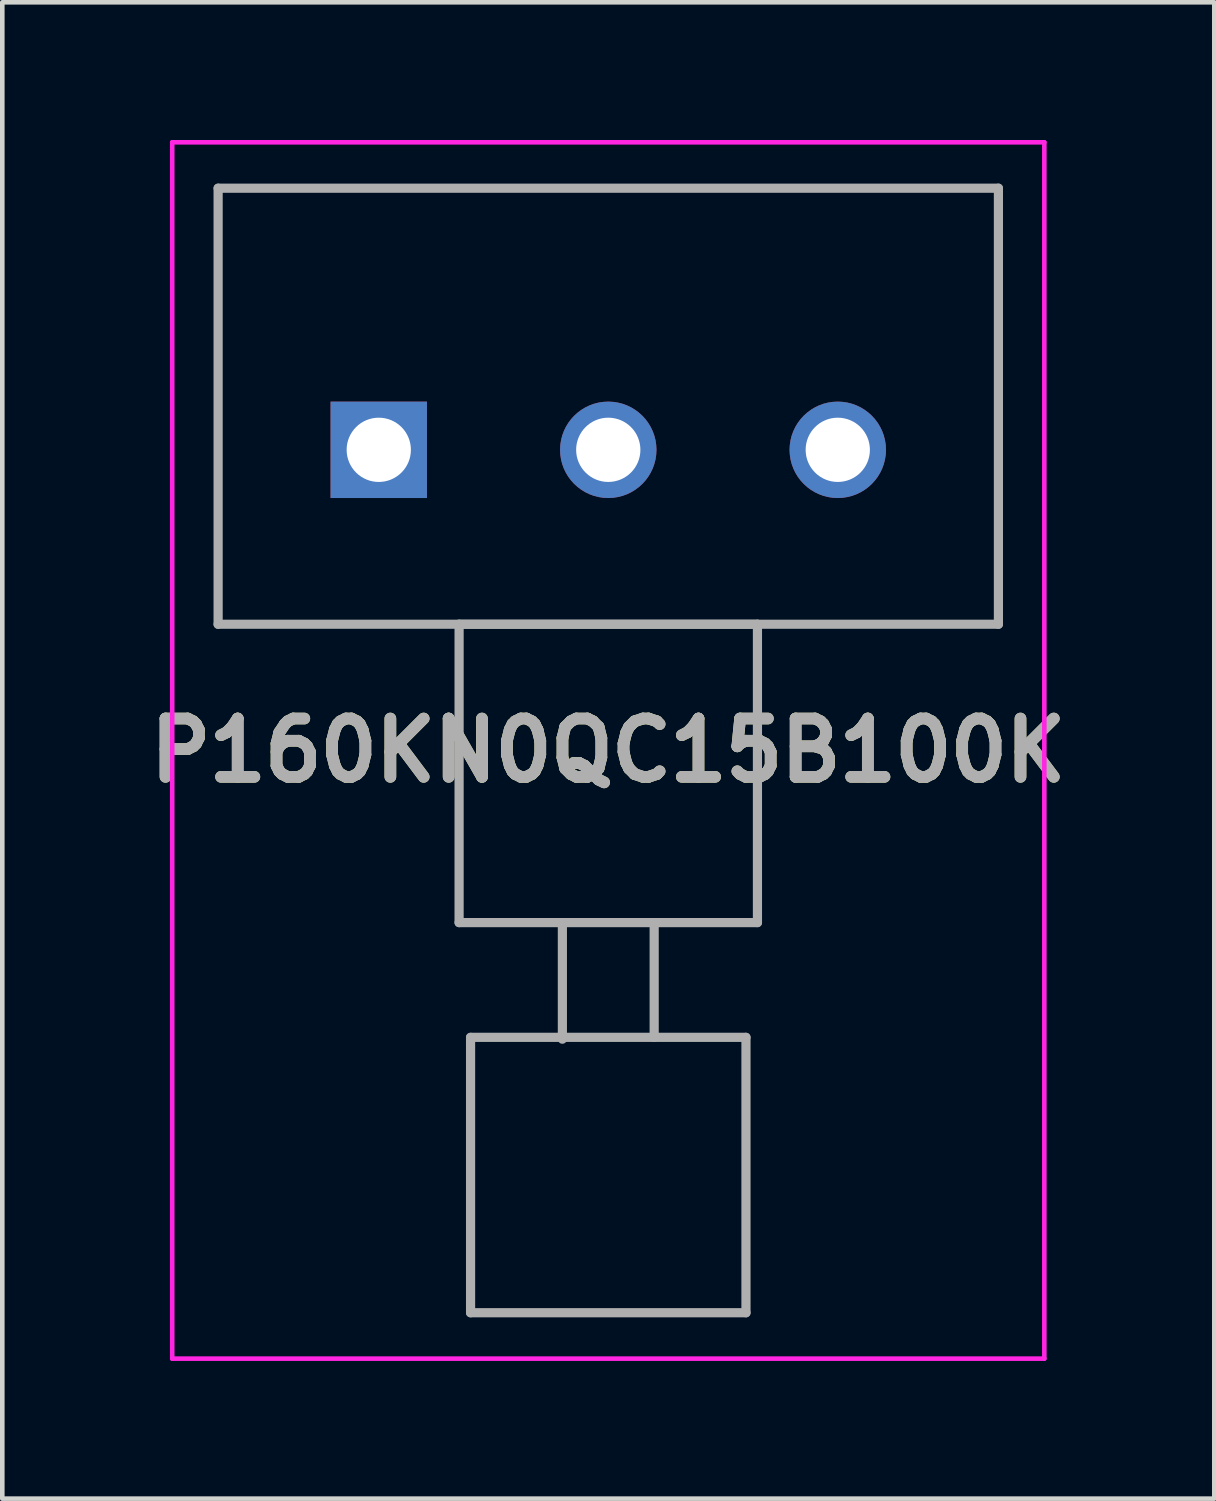
<source format=kicad_pcb>
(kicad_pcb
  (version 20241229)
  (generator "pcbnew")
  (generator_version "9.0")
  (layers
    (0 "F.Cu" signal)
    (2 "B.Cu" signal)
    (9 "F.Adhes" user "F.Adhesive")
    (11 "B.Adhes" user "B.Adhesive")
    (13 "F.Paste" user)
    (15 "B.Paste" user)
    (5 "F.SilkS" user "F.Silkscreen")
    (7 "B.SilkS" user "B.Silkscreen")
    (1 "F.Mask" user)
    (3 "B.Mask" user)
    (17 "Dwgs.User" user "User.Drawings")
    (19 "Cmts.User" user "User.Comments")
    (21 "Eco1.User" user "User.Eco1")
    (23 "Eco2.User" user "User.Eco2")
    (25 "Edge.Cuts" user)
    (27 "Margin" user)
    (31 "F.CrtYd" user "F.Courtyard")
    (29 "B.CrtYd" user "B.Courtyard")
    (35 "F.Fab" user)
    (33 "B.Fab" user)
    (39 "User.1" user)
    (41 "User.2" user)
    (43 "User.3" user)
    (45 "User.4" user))
  (footprint "P160KN0QC15B100K"
    (layer "F.Cu")
    (at 5.202 6.75)
    (property "Reference" "P160KN0QC15B100K" (at 5 6.55 0) (layer "F.SilkS") (effects (font (size 1.27 1.27) (thickness 0.254))))
    (attr through_hole)
    (fp_line (start -3.5 -5.7) (end 13.5 -5.7) (stroke (width 0.1) (type solid)) (layer "F.SilkS"))
    (fp_line (start -3.5 3.8) (end -3.5 -5.7) (stroke (width 0.1) (type solid)) (layer "F.SilkS"))
    (fp_line (start 13.5 -5.7) (end 13.5 3.8) (stroke (width 0.1) (type solid)) (layer "F.SilkS"))
    (fp_line (start 13.5 3.8) (end -3.5 3.8) (stroke (width 0.1) (type solid)) (layer "F.SilkS"))
    (fp_line (start -4.5 -6.7) (end 14.5 -6.7) (stroke (width 0.1) (type solid)) (layer "F.CrtYd"))
    (fp_line (start -4.5 19.8) (end -4.5 -6.7) (stroke (width 0.1) (type solid)) (layer "F.CrtYd"))
    (fp_line (start 14.5 -6.7) (end 14.5 19.8) (stroke (width 0.1) (type solid)) (layer "F.CrtYd"))
    (fp_line (start 14.5 19.8) (end -4.5 19.8) (stroke (width 0.1) (type solid)) (layer "F.CrtYd"))
    (fp_line (start -3.5 -5.7) (end -3.5 3.8) (stroke (width 0.2) (type solid)) (layer "F.Fab"))
    (fp_line (start -3.5 3.8) (end 13.5 3.8) (stroke (width 0.2) (type solid)) (layer "F.Fab"))
    (fp_line (start 1.75 3.8) (end 8.25 3.8) (stroke (width 0.2) (type solid)) (layer "F.Fab"))
    (fp_line (start 1.75 10.3) (end 1.75 3.8) (stroke (width 0.2) (type solid)) (layer "F.Fab"))
    (fp_line (start 2 12.8) (end 2 18.8) (stroke (width 0.2) (type solid)) (layer "F.Fab"))
    (fp_line (start 2 18.8) (end 8 18.8) (stroke (width 0.2) (type solid)) (layer "F.Fab"))
    (fp_line (start 4 12.84) (end 4 10.3) (stroke (width 0.2) (type solid)) (layer "F.Fab"))
    (fp_line (start 6 12.8) (end 6 10.3) (stroke (width 0.2) (type solid)) (layer "F.Fab"))
    (fp_line (start 8 12.8) (end 2 12.8) (stroke (width 0.2) (type solid)) (layer "F.Fab"))
    (fp_line (start 8 18.8) (end 8 12.8) (stroke (width 0.2) (type solid)) (layer "F.Fab"))
    (fp_line (start 8.25 3.8) (end 8.25 10.3) (stroke (width 0.2) (type solid)) (layer "F.Fab"))
    (fp_line (start 8.25 10.3) (end 1.75 10.3) (stroke (width 0.2) (type solid)) (layer "F.Fab"))
    (fp_line (start 13.5 -5.7) (end -3.5 -5.7) (stroke (width 0.2) (type solid)) (layer "F.Fab"))
    (fp_line (start 13.5 3.8) (end 13.5 -5.7) (stroke (width 0.2) (type solid)) (layer "F.Fab"))
    (fp_text user "${REFERENCE}" (at 5 6.55 0) (layer "F.Fab") (effects (font (size 1.27 1.27) (thickness 0.254))))
    (pad "1" thru_hole rect (at 0 0) (size 2.1 2.1) (drill 1.4) (layers "*.Cu" "*.Mask"))
    (pad "2" thru_hole circle (at 5 0) (size 2.1 2.1) (drill 1.4) (layers "*.Cu" "*.Mask"))
    (pad "3" thru_hole circle (at 10 0) (size 2.1 2.1) (drill 1.4) (layers "*.Cu" "*.Mask")))
  (gr_rect
    (start -3 -3)
    (end 23.405 29.6)
    (stroke (width 0.1) (type default))
    (fill no)
    (layer "Edge.Cuts")))
</source>
